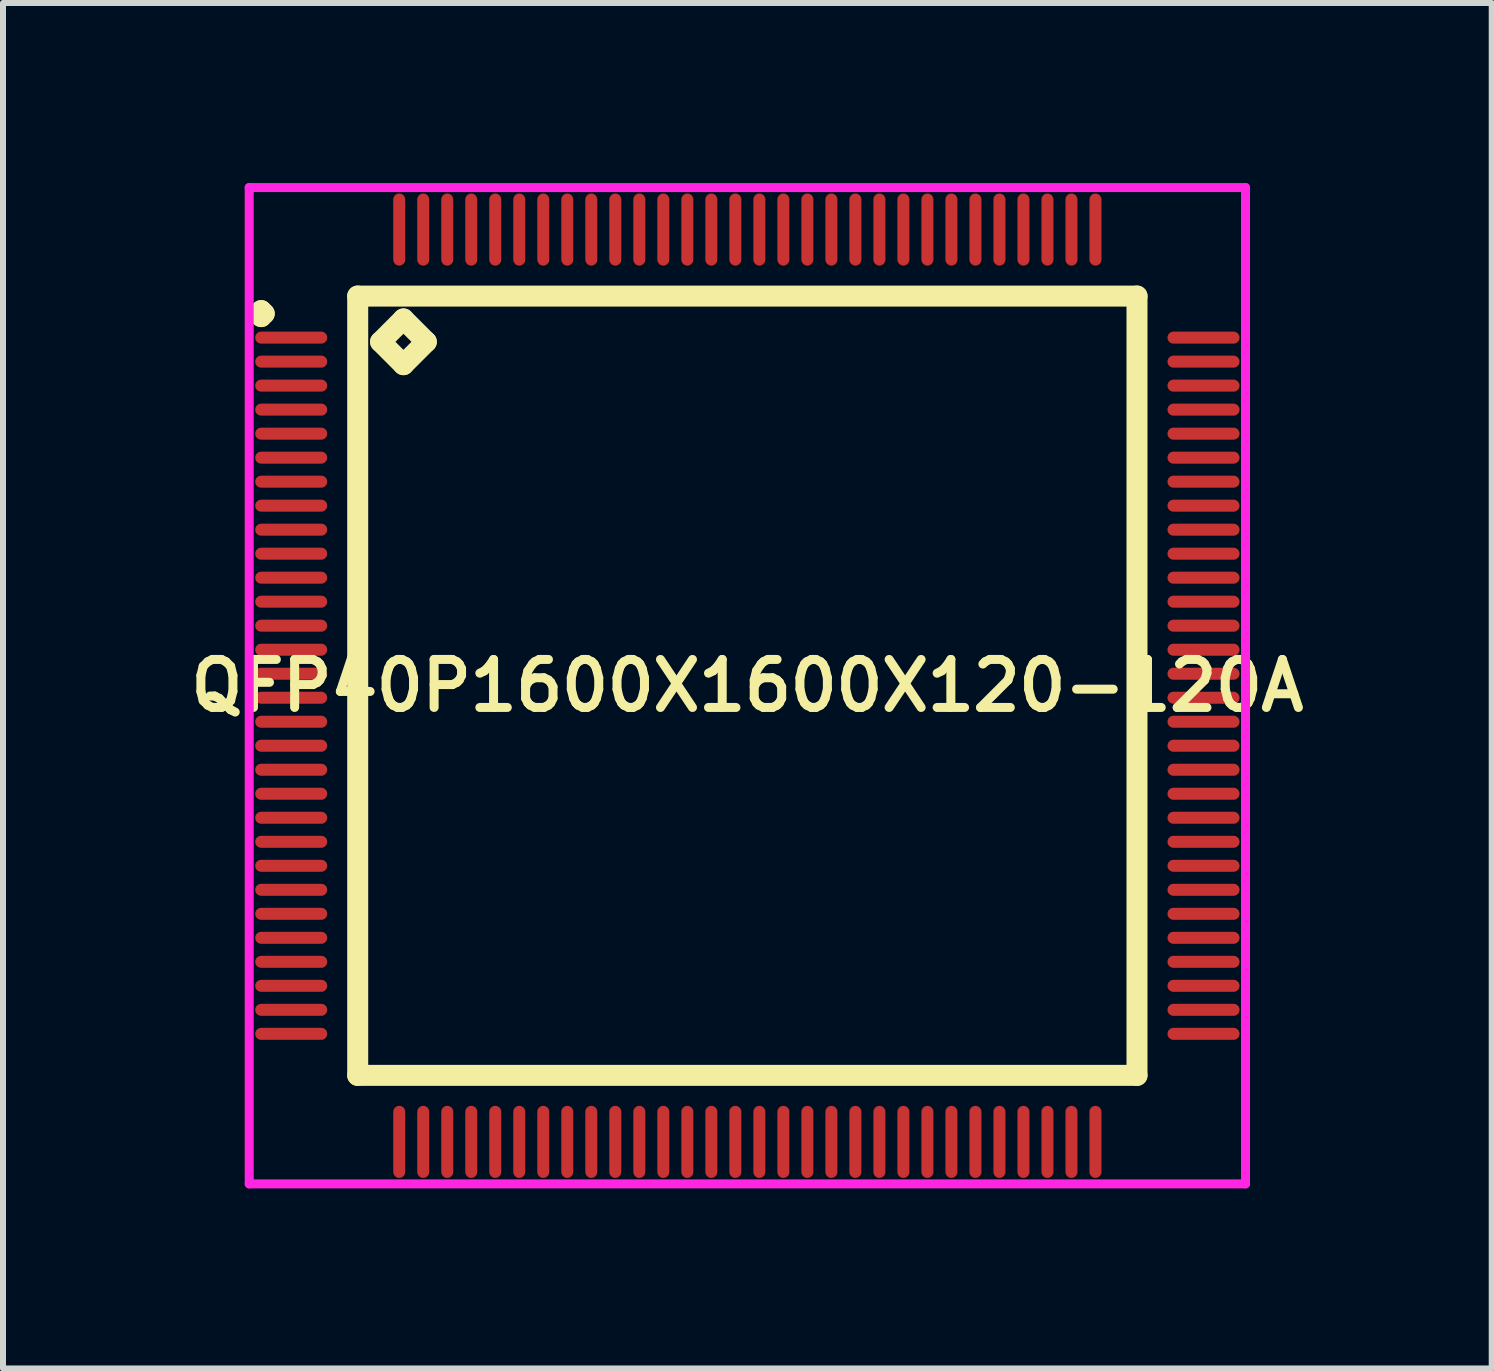
<source format=kicad_pcb>
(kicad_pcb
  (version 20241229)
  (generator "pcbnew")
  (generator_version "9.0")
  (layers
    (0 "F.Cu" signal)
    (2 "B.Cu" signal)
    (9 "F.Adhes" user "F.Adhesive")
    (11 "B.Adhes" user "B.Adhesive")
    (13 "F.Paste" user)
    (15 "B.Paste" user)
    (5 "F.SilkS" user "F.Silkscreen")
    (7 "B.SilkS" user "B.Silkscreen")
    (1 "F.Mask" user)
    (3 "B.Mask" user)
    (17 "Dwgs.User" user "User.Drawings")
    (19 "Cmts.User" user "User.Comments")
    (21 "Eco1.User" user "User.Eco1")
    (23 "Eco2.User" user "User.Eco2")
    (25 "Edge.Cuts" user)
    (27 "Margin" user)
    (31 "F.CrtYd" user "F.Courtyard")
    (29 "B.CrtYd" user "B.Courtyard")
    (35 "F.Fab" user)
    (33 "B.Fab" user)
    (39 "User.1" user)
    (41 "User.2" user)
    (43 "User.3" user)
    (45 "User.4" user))
  (footprint "QFP40P1600X1600X120-120A"
    (layer "F.Cu")
    (at 9.402 8.375)
    (property "Reference" "QFP40P1600X1600X120-120A" (at 0 0 0) (layer "F.SilkS") (effects (font (size 0.8 0.8) (thickness 0.15))))
    (attr through_hole)
    (fp_line (start -8.15 -6.2) (end -8.1 -6.25) (stroke (width 0.35) (type solid)) (layer "F.SilkS"))
    (fp_line (start -8.1 -6.25) (end -8.05 -6.2) (stroke (width 0.35) (type solid)) (layer "F.SilkS"))
    (fp_line (start -8.1 -6.15) (end -8.15 -6.2) (stroke (width 0.35) (type solid)) (layer "F.SilkS"))
    (fp_line (start -8.05 -6.2) (end -8.1 -6.15) (stroke (width 0.35) (type solid)) (layer "F.SilkS"))
    (fp_line (start -6.492 -6.492) (end -6.492 6.492) (stroke (width 0.35) (type solid)) (layer "F.SilkS"))
    (fp_line (start -6.492 6.492) (end 6.492 6.492) (stroke (width 0.35) (type solid)) (layer "F.SilkS"))
    (fp_line (start -6.111 -5.73) (end -5.73 -6.111) (stroke (width 0.35) (type solid)) (layer "F.SilkS"))
    (fp_line (start -5.73 -6.111) (end -5.349 -5.73) (stroke (width 0.35) (type solid)) (layer "F.SilkS"))
    (fp_line (start -5.73 -5.349) (end -6.111 -5.73) (stroke (width 0.35) (type solid)) (layer "F.SilkS"))
    (fp_line (start -5.349 -5.73) (end -5.73 -5.349) (stroke (width 0.35) (type solid)) (layer "F.SilkS"))
    (fp_line (start 6.492 -6.492) (end -6.492 -6.492) (stroke (width 0.35) (type solid)) (layer "F.SilkS"))
    (fp_line (start 6.492 6.492) (end 6.492 -6.492) (stroke (width 0.35) (type solid)) (layer "F.SilkS"))
    (fp_line (start -8.3 -8.3) (end 8.3 -8.3) (stroke (width 0.15) (type solid)) (layer "F.CrtYd"))
    (fp_line (start -8.3 8.3) (end -8.3 -8.3) (stroke (width 0.15) (type solid)) (layer "F.CrtYd"))
    (fp_line (start 8.3 -8.3) (end 8.3 8.3) (stroke (width 0.15) (type solid)) (layer "F.CrtYd"))
    (fp_line (start 8.3 8.3) (end -8.3 8.3) (stroke (width 0.15) (type solid)) (layer "F.CrtYd"))
    (pad "1" smd oval (at -7.6 -5.8) (size 1.2 0.2) (layers "F.Cu" "F.Mask" "F.Paste"))
    (pad "2" smd oval (at -7.6 -5.4) (size 1.2 0.2) (layers "F.Cu" "F.Mask" "F.Paste"))
    (pad "3" smd oval (at -7.6 -5) (size 1.2 0.2) (layers "F.Cu" "F.Mask" "F.Paste"))
    (pad "4" smd oval (at -7.6 -4.6) (size 1.2 0.2) (layers "F.Cu" "F.Mask" "F.Paste"))
    (pad "5" smd oval (at -7.6 -4.2) (size 1.2 0.2) (layers "F.Cu" "F.Mask" "F.Paste"))
    (pad "6" smd oval (at -7.6 -3.8) (size 1.2 0.2) (layers "F.Cu" "F.Mask" "F.Paste"))
    (pad "7" smd oval (at -7.6 -3.4) (size 1.2 0.2) (layers "F.Cu" "F.Mask" "F.Paste"))
    (pad "8" smd oval (at -7.6 -3) (size 1.2 0.2) (layers "F.Cu" "F.Mask" "F.Paste"))
    (pad "9" smd oval (at -7.6 -2.6) (size 1.2 0.2) (layers "F.Cu" "F.Mask" "F.Paste"))
    (pad "10" smd oval (at -7.6 -2.2) (size 1.2 0.2) (layers "F.Cu" "F.Mask" "F.Paste"))
    (pad "11" smd oval (at -7.6 -1.8) (size 1.2 0.2) (layers "F.Cu" "F.Mask" "F.Paste"))
    (pad "12" smd oval (at -7.6 -1.4) (size 1.2 0.2) (layers "F.Cu" "F.Mask" "F.Paste"))
    (pad "13" smd oval (at -7.6 -1) (size 1.2 0.2) (layers "F.Cu" "F.Mask" "F.Paste"))
    (pad "14" smd oval (at -7.6 -0.6) (size 1.2 0.2) (layers "F.Cu" "F.Mask" "F.Paste"))
    (pad "15" smd oval (at -7.6 -0.2) (size 1.2 0.2) (layers "F.Cu" "F.Mask" "F.Paste"))
    (pad "16" smd oval (at -7.6 0.2) (size 1.2 0.2) (layers "F.Cu" "F.Mask" "F.Paste"))
    (pad "17" smd oval (at -7.6 0.6) (size 1.2 0.2) (layers "F.Cu" "F.Mask" "F.Paste"))
    (pad "18" smd oval (at -7.6 1) (size 1.2 0.2) (layers "F.Cu" "F.Mask" "F.Paste"))
    (pad "19" smd oval (at -7.6 1.4) (size 1.2 0.2) (layers "F.Cu" "F.Mask" "F.Paste"))
    (pad "20" smd oval (at -7.6 1.8) (size 1.2 0.2) (layers "F.Cu" "F.Mask" "F.Paste"))
    (pad "21" smd oval (at -7.6 2.2) (size 1.2 0.2) (layers "F.Cu" "F.Mask" "F.Paste"))
    (pad "22" smd oval (at -7.6 2.6) (size 1.2 0.2) (layers "F.Cu" "F.Mask" "F.Paste"))
    (pad "23" smd oval (at -7.6 3) (size 1.2 0.2) (layers "F.Cu" "F.Mask" "F.Paste"))
    (pad "24" smd oval (at -7.6 3.4) (size 1.2 0.2) (layers "F.Cu" "F.Mask" "F.Paste"))
    (pad "25" smd oval (at -7.6 3.8) (size 1.2 0.2) (layers "F.Cu" "F.Mask" "F.Paste"))
    (pad "26" smd oval (at -7.6 4.2) (size 1.2 0.2) (layers "F.Cu" "F.Mask" "F.Paste"))
    (pad "27" smd oval (at -7.6 4.6) (size 1.2 0.2) (layers "F.Cu" "F.Mask" "F.Paste"))
    (pad "28" smd oval (at -7.6 5) (size 1.2 0.2) (layers "F.Cu" "F.Mask" "F.Paste"))
    (pad "29" smd oval (at -7.6 5.4) (size 1.2 0.2) (layers "F.Cu" "F.Mask" "F.Paste"))
    (pad "30" smd oval (at -7.6 5.8) (size 1.2 0.2) (layers "F.Cu" "F.Mask" "F.Paste"))
    (pad "31" smd oval (at -5.8 7.6) (size 0.2 1.2) (layers "F.Cu" "F.Mask" "F.Paste"))
    (pad "32" smd oval (at -5.4 7.6) (size 0.2 1.2) (layers "F.Cu" "F.Mask" "F.Paste"))
    (pad "33" smd oval (at -5 7.6) (size 0.2 1.2) (layers "F.Cu" "F.Mask" "F.Paste"))
    (pad "34" smd oval (at -4.6 7.6) (size 0.2 1.2) (layers "F.Cu" "F.Mask" "F.Paste"))
    (pad "35" smd oval (at -4.2 7.6) (size 0.2 1.2) (layers "F.Cu" "F.Mask" "F.Paste"))
    (pad "36" smd oval (at -3.8 7.6) (size 0.2 1.2) (layers "F.Cu" "F.Mask" "F.Paste"))
    (pad "37" smd oval (at -3.4 7.6) (size 0.2 1.2) (layers "F.Cu" "F.Mask" "F.Paste"))
    (pad "38" smd oval (at -3 7.6) (size 0.2 1.2) (layers "F.Cu" "F.Mask" "F.Paste"))
    (pad "39" smd oval (at -2.6 7.6) (size 0.2 1.2) (layers "F.Cu" "F.Mask" "F.Paste"))
    (pad "40" smd oval (at -2.2 7.6) (size 0.2 1.2) (layers "F.Cu" "F.Mask" "F.Paste"))
    (pad "41" smd oval (at -1.8 7.6) (size 0.2 1.2) (layers "F.Cu" "F.Mask" "F.Paste"))
    (pad "42" smd oval (at -1.4 7.6) (size 0.2 1.2) (layers "F.Cu" "F.Mask" "F.Paste"))
    (pad "43" smd oval (at -1 7.6) (size 0.2 1.2) (layers "F.Cu" "F.Mask" "F.Paste"))
    (pad "44" smd oval (at -0.6 7.6) (size 0.2 1.2) (layers "F.Cu" "F.Mask" "F.Paste"))
    (pad "45" smd oval (at -0.2 7.6) (size 0.2 1.2) (layers "F.Cu" "F.Mask" "F.Paste"))
    (pad "46" smd oval (at 0.2 7.6) (size 0.2 1.2) (layers "F.Cu" "F.Mask" "F.Paste"))
    (pad "47" smd oval (at 0.6 7.6) (size 0.2 1.2) (layers "F.Cu" "F.Mask" "F.Paste"))
    (pad "48" smd oval (at 1 7.6) (size 0.2 1.2) (layers "F.Cu" "F.Mask" "F.Paste"))
    (pad "49" smd oval (at 1.4 7.6) (size 0.2 1.2) (layers "F.Cu" "F.Mask" "F.Paste"))
    (pad "50" smd oval (at 1.8 7.6) (size 0.2 1.2) (layers "F.Cu" "F.Mask" "F.Paste"))
    (pad "51" smd oval (at 2.2 7.6) (size 0.2 1.2) (layers "F.Cu" "F.Mask" "F.Paste"))
    (pad "52" smd oval (at 2.6 7.6) (size 0.2 1.2) (layers "F.Cu" "F.Mask" "F.Paste"))
    (pad "53" smd oval (at 3 7.6) (size 0.2 1.2) (layers "F.Cu" "F.Mask" "F.Paste"))
    (pad "54" smd oval (at 3.4 7.6) (size 0.2 1.2) (layers "F.Cu" "F.Mask" "F.Paste"))
    (pad "55" smd oval (at 3.8 7.6) (size 0.2 1.2) (layers "F.Cu" "F.Mask" "F.Paste"))
    (pad "56" smd oval (at 4.2 7.6) (size 0.2 1.2) (layers "F.Cu" "F.Mask" "F.Paste"))
    (pad "57" smd oval (at 4.6 7.6) (size 0.2 1.2) (layers "F.Cu" "F.Mask" "F.Paste"))
    (pad "58" smd oval (at 5 7.6) (size 0.2 1.2) (layers "F.Cu" "F.Mask" "F.Paste"))
    (pad "59" smd oval (at 5.4 7.6) (size 0.2 1.2) (layers "F.Cu" "F.Mask" "F.Paste"))
    (pad "60" smd oval (at 5.8 7.6) (size 0.2 1.2) (layers "F.Cu" "F.Mask" "F.Paste"))
    (pad "61" smd oval (at 7.6 5.8) (size 1.2 0.2) (layers "F.Cu" "F.Mask" "F.Paste"))
    (pad "62" smd oval (at 7.6 5.4) (size 1.2 0.2) (layers "F.Cu" "F.Mask" "F.Paste"))
    (pad "63" smd oval (at 7.6 5) (size 1.2 0.2) (layers "F.Cu" "F.Mask" "F.Paste"))
    (pad "64" smd oval (at 7.6 4.6) (size 1.2 0.2) (layers "F.Cu" "F.Mask" "F.Paste"))
    (pad "65" smd oval (at 7.6 4.2) (size 1.2 0.2) (layers "F.Cu" "F.Mask" "F.Paste"))
    (pad "66" smd oval (at 7.6 3.8) (size 1.2 0.2) (layers "F.Cu" "F.Mask" "F.Paste"))
    (pad "67" smd oval (at 7.6 3.4) (size 1.2 0.2) (layers "F.Cu" "F.Mask" "F.Paste"))
    (pad "68" smd oval (at 7.6 3) (size 1.2 0.2) (layers "F.Cu" "F.Mask" "F.Paste"))
    (pad "69" smd oval (at 7.6 2.6) (size 1.2 0.2) (layers "F.Cu" "F.Mask" "F.Paste"))
    (pad "70" smd oval (at 7.6 2.2) (size 1.2 0.2) (layers "F.Cu" "F.Mask" "F.Paste"))
    (pad "71" smd oval (at 7.6 1.8) (size 1.2 0.2) (layers "F.Cu" "F.Mask" "F.Paste"))
    (pad "72" smd oval (at 7.6 1.4) (size 1.2 0.2) (layers "F.Cu" "F.Mask" "F.Paste"))
    (pad "73" smd oval (at 7.6 1) (size 1.2 0.2) (layers "F.Cu" "F.Mask" "F.Paste"))
    (pad "74" smd oval (at 7.6 0.6) (size 1.2 0.2) (layers "F.Cu" "F.Mask" "F.Paste"))
    (pad "75" smd oval (at 7.6 0.2) (size 1.2 0.2) (layers "F.Cu" "F.Mask" "F.Paste"))
    (pad "76" smd oval (at 7.6 -0.2) (size 1.2 0.2) (layers "F.Cu" "F.Mask" "F.Paste"))
    (pad "77" smd oval (at 7.6 -0.6) (size 1.2 0.2) (layers "F.Cu" "F.Mask" "F.Paste"))
    (pad "78" smd oval (at 7.6 -1) (size 1.2 0.2) (layers "F.Cu" "F.Mask" "F.Paste"))
    (pad "79" smd oval (at 7.6 -1.4) (size 1.2 0.2) (layers "F.Cu" "F.Mask" "F.Paste"))
    (pad "80" smd oval (at 7.6 -1.8) (size 1.2 0.2) (layers "F.Cu" "F.Mask" "F.Paste"))
    (pad "81" smd oval (at 7.6 -2.2) (size 1.2 0.2) (layers "F.Cu" "F.Mask" "F.Paste"))
    (pad "82" smd oval (at 7.6 -2.6) (size 1.2 0.2) (layers "F.Cu" "F.Mask" "F.Paste"))
    (pad "83" smd oval (at 7.6 -3) (size 1.2 0.2) (layers "F.Cu" "F.Mask" "F.Paste"))
    (pad "84" smd oval (at 7.6 -3.4) (size 1.2 0.2) (layers "F.Cu" "F.Mask" "F.Paste"))
    (pad "85" smd oval (at 7.6 -3.8) (size 1.2 0.2) (layers "F.Cu" "F.Mask" "F.Paste"))
    (pad "86" smd oval (at 7.6 -4.2) (size 1.2 0.2) (layers "F.Cu" "F.Mask" "F.Paste"))
    (pad "87" smd oval (at 7.6 -4.6) (size 1.2 0.2) (layers "F.Cu" "F.Mask" "F.Paste"))
    (pad "88" smd oval (at 7.6 -5) (size 1.2 0.2) (layers "F.Cu" "F.Mask" "F.Paste"))
    (pad "89" smd oval (at 7.6 -5.4) (size 1.2 0.2) (layers "F.Cu" "F.Mask" "F.Paste"))
    (pad "90" smd oval (at 7.6 -5.8) (size 1.2 0.2) (layers "F.Cu" "F.Mask" "F.Paste"))
    (pad "91" smd oval (at 5.8 -7.6) (size 0.2 1.2) (layers "F.Cu" "F.Mask" "F.Paste"))
    (pad "92" smd oval (at 5.4 -7.6) (size 0.2 1.2) (layers "F.Cu" "F.Mask" "F.Paste"))
    (pad "93" smd oval (at 5 -7.6) (size 0.2 1.2) (layers "F.Cu" "F.Mask" "F.Paste"))
    (pad "94" smd oval (at 4.6 -7.6) (size 0.2 1.2) (layers "F.Cu" "F.Mask" "F.Paste"))
    (pad "95" smd oval (at 4.2 -7.6) (size 0.2 1.2) (layers "F.Cu" "F.Mask" "F.Paste"))
    (pad "96" smd oval (at 3.8 -7.6) (size 0.2 1.2) (layers "F.Cu" "F.Mask" "F.Paste"))
    (pad "97" smd oval (at 3.4 -7.6) (size 0.2 1.2) (layers "F.Cu" "F.Mask" "F.Paste"))
    (pad "98" smd oval (at 3 -7.6) (size 0.2 1.2) (layers "F.Cu" "F.Mask" "F.Paste"))
    (pad "99" smd oval (at 2.6 -7.6) (size 0.2 1.2) (layers "F.Cu" "F.Mask" "F.Paste"))
    (pad "100" smd oval (at 2.2 -7.6) (size 0.2 1.2) (layers "F.Cu" "F.Mask" "F.Paste"))
    (pad "101" smd oval (at 1.8 -7.6) (size 0.2 1.2) (layers "F.Cu" "F.Mask" "F.Paste"))
    (pad "102" smd oval (at 1.4 -7.6) (size 0.2 1.2) (layers "F.Cu" "F.Mask" "F.Paste"))
    (pad "103" smd oval (at 1 -7.6) (size 0.2 1.2) (layers "F.Cu" "F.Mask" "F.Paste"))
    (pad "104" smd oval (at 0.6 -7.6) (size 0.2 1.2) (layers "F.Cu" "F.Mask" "F.Paste"))
    (pad "105" smd oval (at 0.2 -7.6) (size 0.2 1.2) (layers "F.Cu" "F.Mask" "F.Paste"))
    (pad "106" smd oval (at -0.2 -7.6) (size 0.2 1.2) (layers "F.Cu" "F.Mask" "F.Paste"))
    (pad "107" smd oval (at -0.6 -7.6) (size 0.2 1.2) (layers "F.Cu" "F.Mask" "F.Paste"))
    (pad "108" smd oval (at -1 -7.6) (size 0.2 1.2) (layers "F.Cu" "F.Mask" "F.Paste"))
    (pad "109" smd oval (at -1.4 -7.6) (size 0.2 1.2) (layers "F.Cu" "F.Mask" "F.Paste"))
    (pad "110" smd oval (at -1.8 -7.6) (size 0.2 1.2) (layers "F.Cu" "F.Mask" "F.Paste"))
    (pad "111" smd oval (at -2.2 -7.6) (size 0.2 1.2) (layers "F.Cu" "F.Mask" "F.Paste"))
    (pad "112" smd oval (at -2.6 -7.6) (size 0.2 1.2) (layers "F.Cu" "F.Mask" "F.Paste"))
    (pad "113" smd oval (at -3 -7.6) (size 0.2 1.2) (layers "F.Cu" "F.Mask" "F.Paste"))
    (pad "114" smd oval (at -3.4 -7.6) (size 0.2 1.2) (layers "F.Cu" "F.Mask" "F.Paste"))
    (pad "115" smd oval (at -3.8 -7.6) (size 0.2 1.2) (layers "F.Cu" "F.Mask" "F.Paste"))
    (pad "116" smd oval (at -4.2 -7.6) (size 0.2 1.2) (layers "F.Cu" "F.Mask" "F.Paste"))
    (pad "117" smd oval (at -4.6 -7.6) (size 0.2 1.2) (layers "F.Cu" "F.Mask" "F.Paste"))
    (pad "118" smd oval (at -5 -7.6) (size 0.2 1.2) (layers "F.Cu" "F.Mask" "F.Paste"))
    (pad "119" smd oval (at -5.4 -7.6) (size 0.2 1.2) (layers "F.Cu" "F.Mask" "F.Paste"))
    (pad "120" smd oval (at -5.8 -7.6) (size 0.2 1.2) (layers "F.Cu" "F.Mask" "F.Paste")))
  (gr_rect
    (start -3 -3)
    (end 21.804 19.75)
    (stroke (width 0.1) (type default))
    (fill no)
    (layer "Edge.Cuts")))
</source>
